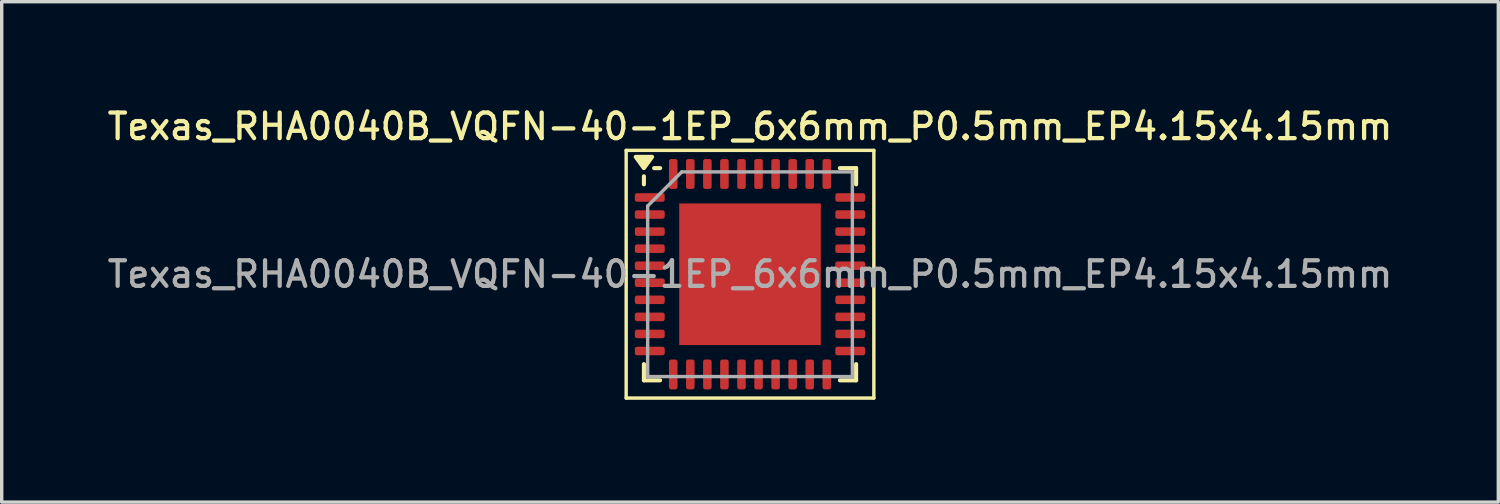
<source format=kicad_pcb>
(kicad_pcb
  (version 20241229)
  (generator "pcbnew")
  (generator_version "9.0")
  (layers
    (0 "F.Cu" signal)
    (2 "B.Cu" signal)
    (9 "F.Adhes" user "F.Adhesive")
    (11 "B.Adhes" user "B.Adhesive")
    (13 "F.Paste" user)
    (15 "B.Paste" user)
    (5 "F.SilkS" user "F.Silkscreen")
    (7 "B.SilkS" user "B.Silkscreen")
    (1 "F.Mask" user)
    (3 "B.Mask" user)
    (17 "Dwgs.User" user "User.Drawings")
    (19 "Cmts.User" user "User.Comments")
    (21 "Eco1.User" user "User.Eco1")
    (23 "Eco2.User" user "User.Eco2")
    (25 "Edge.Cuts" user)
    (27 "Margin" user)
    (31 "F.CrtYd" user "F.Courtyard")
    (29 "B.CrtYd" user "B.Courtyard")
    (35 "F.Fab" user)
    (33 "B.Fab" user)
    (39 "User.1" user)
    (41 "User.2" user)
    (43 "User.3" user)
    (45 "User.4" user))
  (footprint "Texas_RHA0040B_VQFN-40-1EP_6x6mm_P0.5mm_EP4.15x4.15mm"
    (layer "F.Cu")
    (at 18.934 4.988)
    (property "Reference" "Texas_RHA0040B_VQFN-40-1EP_6x6mm_P0.5mm_EP4.15x4.15mm" (at 0 -4.33 0) (layer "F.SilkS") (effects (font (size 0.75 0.75) (thickness 0.125))))
    (attr smd)
    (fp_line (start -3.63 -3.63) (end -3.63 3.63) (stroke (width 0.1) (type solid)) (layer "F.SilkS"))
    (fp_line (start -3.63 3.63) (end 3.63 3.63) (stroke (width 0.1) (type solid)) (layer "F.SilkS"))
    (fp_line (start -3.11 -2.635) (end -3.11 -2.87) (stroke (width 0.12) (type solid)) (layer "F.SilkS"))
    (fp_line (start -3.11 3.11) (end -3.11 2.635) (stroke (width 0.12) (type solid)) (layer "F.SilkS"))
    (fp_line (start -2.635 -3.11) (end -2.81 -3.11) (stroke (width 0.12) (type solid)) (layer "F.SilkS"))
    (fp_line (start -2.635 3.11) (end -3.11 3.11) (stroke (width 0.12) (type solid)) (layer "F.SilkS"))
    (fp_line (start 2.635 -3.11) (end 3.11 -3.11) (stroke (width 0.12) (type solid)) (layer "F.SilkS"))
    (fp_line (start 2.635 3.11) (end 3.11 3.11) (stroke (width 0.12) (type solid)) (layer "F.SilkS"))
    (fp_line (start 3.11 -3.11) (end 3.11 -2.635) (stroke (width 0.12) (type solid)) (layer "F.SilkS"))
    (fp_line (start 3.11 3.11) (end 3.11 2.635) (stroke (width 0.12) (type solid)) (layer "F.SilkS"))
    (fp_line (start 3.63 -3.63) (end -3.63 -3.63) (stroke (width 0.1) (type solid)) (layer "F.SilkS"))
    (fp_line (start 3.63 3.63) (end 3.63 -3.63) (stroke (width 0.1) (type solid)) (layer "F.SilkS"))
    (fp_poly (pts (xy -3.11 -3.11) (xy -3.35 -3.44) (xy -2.87 -3.44) (xy -3.11 -3.11)) (stroke (width 0.12) (type solid)) (fill yes) (layer "F.SilkS"))
    (fp_line (start -3 -2) (end -2 -3) (stroke (width 0.1) (type solid)) (layer "F.Fab"))
    (fp_line (start -3 3) (end -3 -2) (stroke (width 0.1) (type solid)) (layer "F.Fab"))
    (fp_line (start -2 -3) (end 3 -3) (stroke (width 0.1) (type solid)) (layer "F.Fab"))
    (fp_line (start 3 -3) (end 3 3) (stroke (width 0.1) (type solid)) (layer "F.Fab"))
    (fp_line (start 3 3) (end -3 3) (stroke (width 0.1) (type solid)) (layer "F.Fab"))
    (fp_text user "${REFERENCE}" (at 0 0 0) (layer "F.Fab") (effects (font (size 0.75 0.75) (thickness 0.125))))
    (pad "" smd roundrect (at -1.38 -1.38) (size 1.12 1.12) (layers "F.Paste") (roundrect_rratio 0.223))
    (pad "" smd roundrect (at -1.38 0) (size 1.12 1.12) (layers "F.Paste") (roundrect_rratio 0.223))
    (pad "" smd roundrect (at -1.38 1.38) (size 1.12 1.12) (layers "F.Paste") (roundrect_rratio 0.223))
    (pad "" smd roundrect (at 0 -1.38) (size 1.12 1.12) (layers "F.Paste") (roundrect_rratio 0.223))
    (pad "" smd roundrect (at 0 0) (size 1.12 1.12) (layers "F.Paste") (roundrect_rratio 0.223))
    (pad "" smd roundrect (at 0 1.38) (size 1.12 1.12) (layers "F.Paste") (roundrect_rratio 0.223))
    (pad "" smd roundrect (at 1.38 -1.38) (size 1.12 1.12) (layers "F.Paste") (roundrect_rratio 0.223))
    (pad "" smd roundrect (at 1.38 0) (size 1.12 1.12) (layers "F.Paste") (roundrect_rratio 0.223))
    (pad "" smd roundrect (at 1.38 1.38) (size 1.12 1.12) (layers "F.Paste") (roundrect_rratio 0.223))
    (pad "1" smd roundrect (at -2.938 -2.25) (size 0.875 0.25) (layers "F.Cu" "F.Mask" "F.Paste") (roundrect_rratio 0.25))
    (pad "2" smd roundrect (at -2.938 -1.75) (size 0.875 0.25) (layers "F.Cu" "F.Mask" "F.Paste") (roundrect_rratio 0.25))
    (pad "3" smd roundrect (at -2.938 -1.25) (size 0.875 0.25) (layers "F.Cu" "F.Mask" "F.Paste") (roundrect_rratio 0.25))
    (pad "4" smd roundrect (at -2.938 -0.75) (size 0.875 0.25) (layers "F.Cu" "F.Mask" "F.Paste") (roundrect_rratio 0.25))
    (pad "5" smd roundrect (at -2.938 -0.25) (size 0.875 0.25) (layers "F.Cu" "F.Mask" "F.Paste") (roundrect_rratio 0.25))
    (pad "6" smd roundrect (at -2.938 0.25) (size 0.875 0.25) (layers "F.Cu" "F.Mask" "F.Paste") (roundrect_rratio 0.25))
    (pad "7" smd roundrect (at -2.938 0.75) (size 0.875 0.25) (layers "F.Cu" "F.Mask" "F.Paste") (roundrect_rratio 0.25))
    (pad "8" smd roundrect (at -2.938 1.25) (size 0.875 0.25) (layers "F.Cu" "F.Mask" "F.Paste") (roundrect_rratio 0.25))
    (pad "9" smd roundrect (at -2.938 1.75) (size 0.875 0.25) (layers "F.Cu" "F.Mask" "F.Paste") (roundrect_rratio 0.25))
    (pad "10" smd roundrect (at -2.938 2.25) (size 0.875 0.25) (layers "F.Cu" "F.Mask" "F.Paste") (roundrect_rratio 0.25))
    (pad "11" smd roundrect (at -2.25 2.938) (size 0.25 0.875) (layers "F.Cu" "F.Mask" "F.Paste") (roundrect_rratio 0.25))
    (pad "12" smd roundrect (at -1.75 2.938) (size 0.25 0.875) (layers "F.Cu" "F.Mask" "F.Paste") (roundrect_rratio 0.25))
    (pad "13" smd roundrect (at -1.25 2.938) (size 0.25 0.875) (layers "F.Cu" "F.Mask" "F.Paste") (roundrect_rratio 0.25))
    (pad "14" smd roundrect (at -0.75 2.938) (size 0.25 0.875) (layers "F.Cu" "F.Mask" "F.Paste") (roundrect_rratio 0.25))
    (pad "15" smd roundrect (at -0.25 2.938) (size 0.25 0.875) (layers "F.Cu" "F.Mask" "F.Paste") (roundrect_rratio 0.25))
    (pad "16" smd roundrect (at 0.25 2.938) (size 0.25 0.875) (layers "F.Cu" "F.Mask" "F.Paste") (roundrect_rratio 0.25))
    (pad "17" smd roundrect (at 0.75 2.938) (size 0.25 0.875) (layers "F.Cu" "F.Mask" "F.Paste") (roundrect_rratio 0.25))
    (pad "18" smd roundrect (at 1.25 2.938) (size 0.25 0.875) (layers "F.Cu" "F.Mask" "F.Paste") (roundrect_rratio 0.25))
    (pad "19" smd roundrect (at 1.75 2.938) (size 0.25 0.875) (layers "F.Cu" "F.Mask" "F.Paste") (roundrect_rratio 0.25))
    (pad "20" smd roundrect (at 2.25 2.938) (size 0.25 0.875) (layers "F.Cu" "F.Mask" "F.Paste") (roundrect_rratio 0.25))
    (pad "21" smd roundrect (at 2.938 2.25) (size 0.875 0.25) (layers "F.Cu" "F.Mask" "F.Paste") (roundrect_rratio 0.25))
    (pad "22" smd roundrect (at 2.938 1.75) (size 0.875 0.25) (layers "F.Cu" "F.Mask" "F.Paste") (roundrect_rratio 0.25))
    (pad "23" smd roundrect (at 2.938 1.25) (size 0.875 0.25) (layers "F.Cu" "F.Mask" "F.Paste") (roundrect_rratio 0.25))
    (pad "24" smd roundrect (at 2.938 0.75) (size 0.875 0.25) (layers "F.Cu" "F.Mask" "F.Paste") (roundrect_rratio 0.25))
    (pad "25" smd roundrect (at 2.938 0.25) (size 0.875 0.25) (layers "F.Cu" "F.Mask" "F.Paste") (roundrect_rratio 0.25))
    (pad "26" smd roundrect (at 2.938 -0.25) (size 0.875 0.25) (layers "F.Cu" "F.Mask" "F.Paste") (roundrect_rratio 0.25))
    (pad "27" smd roundrect (at 2.938 -0.75) (size 0.875 0.25) (layers "F.Cu" "F.Mask" "F.Paste") (roundrect_rratio 0.25))
    (pad "28" smd roundrect (at 2.938 -1.25) (size 0.875 0.25) (layers "F.Cu" "F.Mask" "F.Paste") (roundrect_rratio 0.25))
    (pad "29" smd roundrect (at 2.938 -1.75) (size 0.875 0.25) (layers "F.Cu" "F.Mask" "F.Paste") (roundrect_rratio 0.25))
    (pad "30" smd roundrect (at 2.938 -2.25) (size 0.875 0.25) (layers "F.Cu" "F.Mask" "F.Paste") (roundrect_rratio 0.25))
    (pad "31" smd roundrect (at 2.25 -2.938) (size 0.25 0.875) (layers "F.Cu" "F.Mask" "F.Paste") (roundrect_rratio 0.25))
    (pad "32" smd roundrect (at 1.75 -2.938) (size 0.25 0.875) (layers "F.Cu" "F.Mask" "F.Paste") (roundrect_rratio 0.25))
    (pad "33" smd roundrect (at 1.25 -2.938) (size 0.25 0.875) (layers "F.Cu" "F.Mask" "F.Paste") (roundrect_rratio 0.25))
    (pad "34" smd roundrect (at 0.75 -2.938) (size 0.25 0.875) (layers "F.Cu" "F.Mask" "F.Paste") (roundrect_rratio 0.25))
    (pad "35" smd roundrect (at 0.25 -2.938) (size 0.25 0.875) (layers "F.Cu" "F.Mask" "F.Paste") (roundrect_rratio 0.25))
    (pad "36" smd roundrect (at -0.25 -2.938) (size 0.25 0.875) (layers "F.Cu" "F.Mask" "F.Paste") (roundrect_rratio 0.25))
    (pad "37" smd roundrect (at -0.75 -2.938) (size 0.25 0.875) (layers "F.Cu" "F.Mask" "F.Paste") (roundrect_rratio 0.25))
    (pad "38" smd roundrect (at -1.25 -2.938) (size 0.25 0.875) (layers "F.Cu" "F.Mask" "F.Paste") (roundrect_rratio 0.25))
    (pad "39" smd roundrect (at -1.75 -2.938) (size 0.25 0.875) (layers "F.Cu" "F.Mask" "F.Paste") (roundrect_rratio 0.25))
    (pad "40" smd roundrect (at -2.25 -2.938) (size 0.25 0.875) (layers "F.Cu" "F.Mask" "F.Paste") (roundrect_rratio 0.25))
    (pad "41" smd rect (at 0 0) (size 4.15 4.15) (property pad_prop_heatsink) (layers "F.Cu" "F.Mask")))
  (gr_rect
    (start -3 -3)
    (end 40.868 11.668)
    (stroke (width 0.1) (type default))
    (fill no)
    (layer "Edge.Cuts")))
</source>
